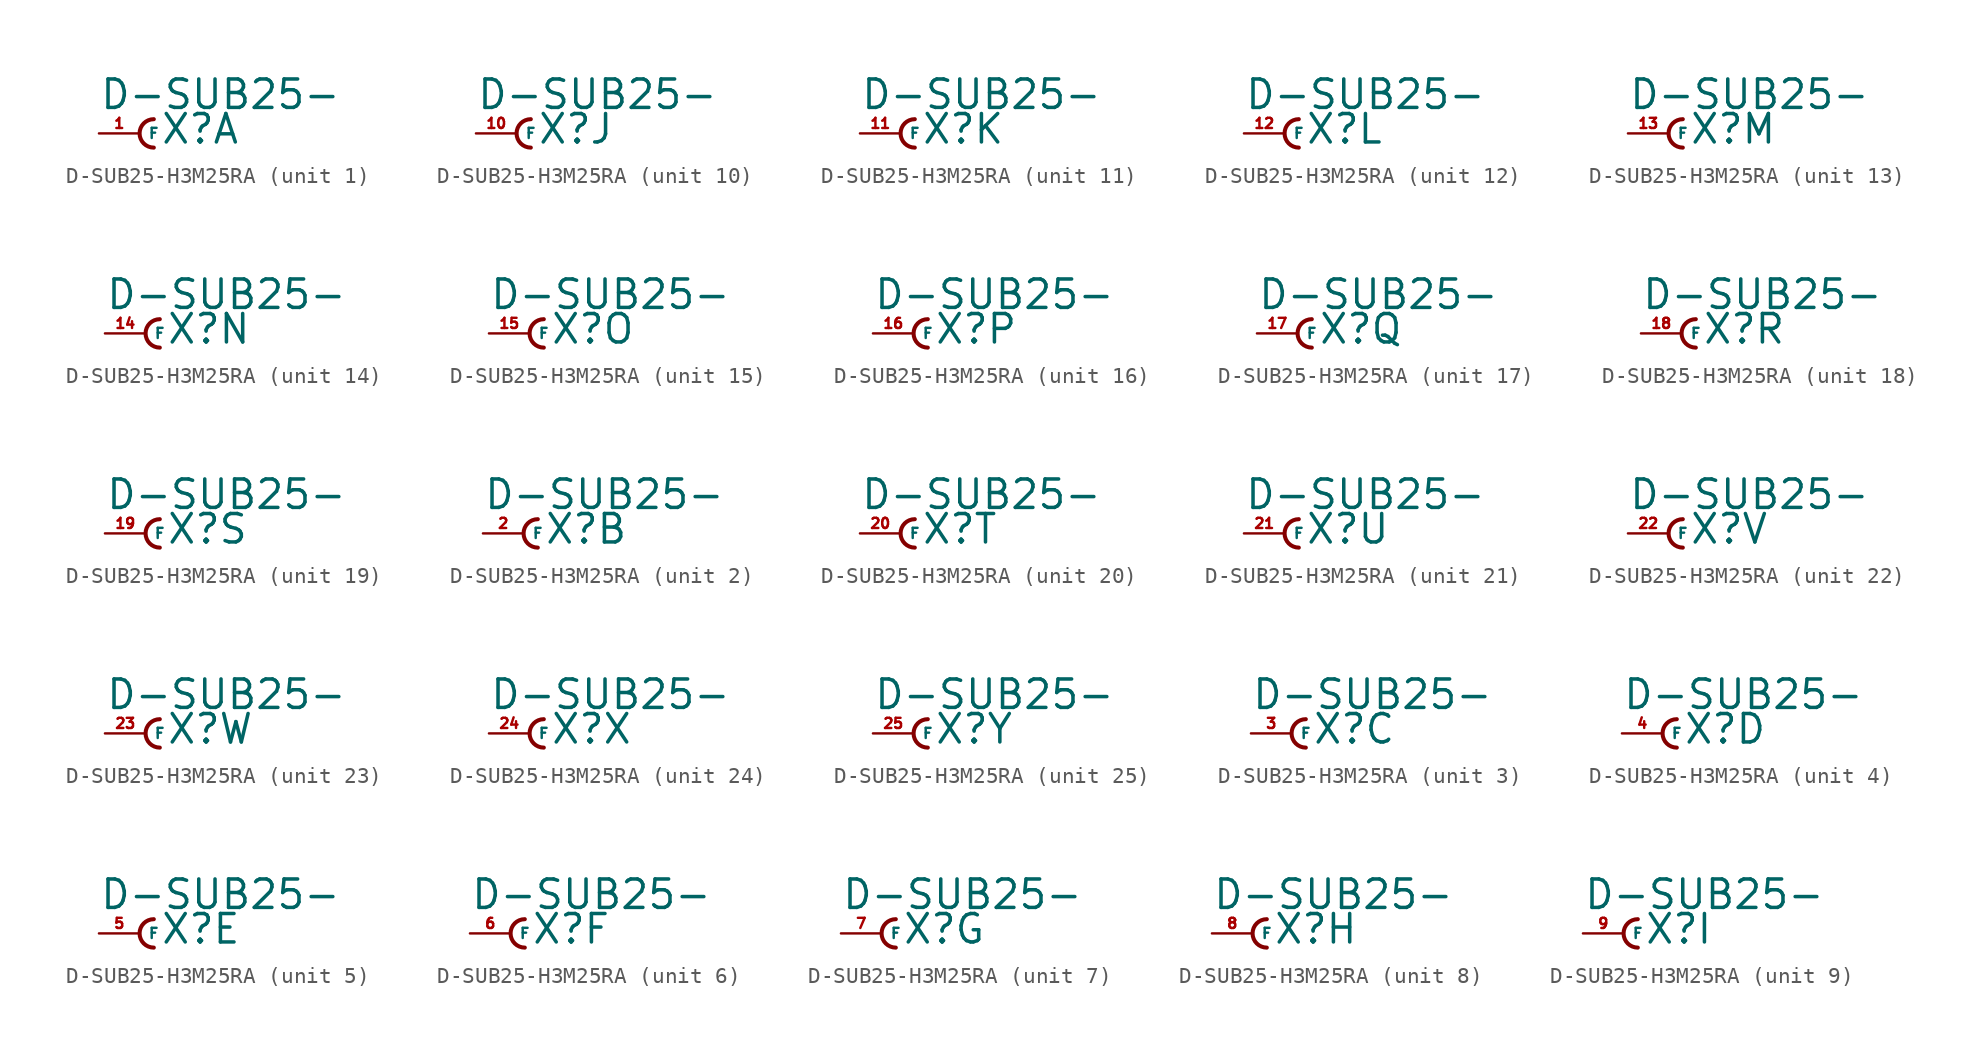
<source format=kicad_sym>
(kicad_symbol_lib
  (version 20220914)
  (generator Eagle2Kicad)
  (symbol "D-SUB25-H3M25RA"
    (property "Reference" "X"
      (at 1.27 -0.762 0)
      (effects (font (size 1.778 1.778) (thickness 0.22)) (justify left bottom)))
    (property "Value" "D-SUB25-"
      (at -2.54 1.397 0)
      (effects (font (size 1.778 1.778) (thickness 0.22)) (justify left bottom)))
    (symbol "D-SUB25-H3M25RA_1_0"
      (arc (start 0.889 0.889) (mid 0.000 0.000) (end 0.889 -0.889) (stroke (width 0.254) (type default)) (fill (type none)))
      (pin passive line (at -2.54 0 0) (length 2.54) (name "F" (effects (font (size 0.635 0.635) (thickness 0.08)) (justify left bottom))) (number "1" (effects (font (size 0.635 0.635) (thickness 0.08)) (justify left bottom)))))
    (symbol "D-SUB25-H3M25RA_2_0"
      (arc (start 0.889 0.889) (mid 0.000 0.000) (end 0.889 -0.889) (stroke (width 0.254) (type default)) (fill (type none)))
      (pin passive line (at -2.54 0 0) (length 2.54) (name "F" (effects (font (size 0.635 0.635) (thickness 0.08)) (justify left bottom))) (number "2" (effects (font (size 0.635 0.635) (thickness 0.08)) (justify left bottom)))))
    (symbol "D-SUB25-H3M25RA_3_0"
      (arc (start 0.889 0.889) (mid 0.000 0.000) (end 0.889 -0.889) (stroke (width 0.254) (type default)) (fill (type none)))
      (pin passive line (at -2.54 0 0) (length 2.54) (name "F" (effects (font (size 0.635 0.635) (thickness 0.08)) (justify left bottom))) (number "3" (effects (font (size 0.635 0.635) (thickness 0.08)) (justify left bottom)))))
    (symbol "D-SUB25-H3M25RA_4_0"
      (arc (start 0.889 0.889) (mid 0.000 0.000) (end 0.889 -0.889) (stroke (width 0.254) (type default)) (fill (type none)))
      (pin passive line (at -2.54 0 0) (length 2.54) (name "F" (effects (font (size 0.635 0.635) (thickness 0.08)) (justify left bottom))) (number "4" (effects (font (size 0.635 0.635) (thickness 0.08)) (justify left bottom)))))
    (symbol "D-SUB25-H3M25RA_5_0"
      (arc (start 0.889 0.889) (mid 0.000 0.000) (end 0.889 -0.889) (stroke (width 0.254) (type default)) (fill (type none)))
      (pin passive line (at -2.54 0 0) (length 2.54) (name "F" (effects (font (size 0.635 0.635) (thickness 0.08)) (justify left bottom))) (number "5" (effects (font (size 0.635 0.635) (thickness 0.08)) (justify left bottom)))))
    (symbol "D-SUB25-H3M25RA_6_0"
      (arc (start 0.889 0.889) (mid 0.000 0.000) (end 0.889 -0.889) (stroke (width 0.254) (type default)) (fill (type none)))
      (pin passive line (at -2.54 0 0) (length 2.54) (name "F" (effects (font (size 0.635 0.635) (thickness 0.08)) (justify left bottom))) (number "6" (effects (font (size 0.635 0.635) (thickness 0.08)) (justify left bottom)))))
    (symbol "D-SUB25-H3M25RA_7_0"
      (arc (start 0.889 0.889) (mid 0.000 0.000) (end 0.889 -0.889) (stroke (width 0.254) (type default)) (fill (type none)))
      (pin passive line (at -2.54 0 0) (length 2.54) (name "F" (effects (font (size 0.635 0.635) (thickness 0.08)) (justify left bottom))) (number "7" (effects (font (size 0.635 0.635) (thickness 0.08)) (justify left bottom)))))
    (symbol "D-SUB25-H3M25RA_8_0"
      (arc (start 0.889 0.889) (mid 0.000 0.000) (end 0.889 -0.889) (stroke (width 0.254) (type default)) (fill (type none)))
      (pin passive line (at -2.54 0 0) (length 2.54) (name "F" (effects (font (size 0.635 0.635) (thickness 0.08)) (justify left bottom))) (number "8" (effects (font (size 0.635 0.635) (thickness 0.08)) (justify left bottom)))))
    (symbol "D-SUB25-H3M25RA_9_0"
      (arc (start 0.889 0.889) (mid 0.000 0.000) (end 0.889 -0.889) (stroke (width 0.254) (type default)) (fill (type none)))
      (pin passive line (at -2.54 0 0) (length 2.54) (name "F" (effects (font (size 0.635 0.635) (thickness 0.08)) (justify left bottom))) (number "9" (effects (font (size 0.635 0.635) (thickness 0.08)) (justify left bottom)))))
    (symbol "D-SUB25-H3M25RA_10_0"
      (arc (start 0.889 0.889) (mid 0.000 0.000) (end 0.889 -0.889) (stroke (width 0.254) (type default)) (fill (type none)))
      (pin passive line (at -2.54 0 0) (length 2.54) (name "F" (effects (font (size 0.635 0.635) (thickness 0.08)) (justify left bottom))) (number "10" (effects (font (size 0.635 0.635) (thickness 0.08)) (justify left bottom)))))
    (symbol "D-SUB25-H3M25RA_11_0"
      (arc (start 0.889 0.889) (mid 0.000 0.000) (end 0.889 -0.889) (stroke (width 0.254) (type default)) (fill (type none)))
      (pin passive line (at -2.54 0 0) (length 2.54) (name "F" (effects (font (size 0.635 0.635) (thickness 0.08)) (justify left bottom))) (number "11" (effects (font (size 0.635 0.635) (thickness 0.08)) (justify left bottom)))))
    (symbol "D-SUB25-H3M25RA_12_0"
      (arc (start 0.889 0.889) (mid 0.000 0.000) (end 0.889 -0.889) (stroke (width 0.254) (type default)) (fill (type none)))
      (pin passive line (at -2.54 0 0) (length 2.54) (name "F" (effects (font (size 0.635 0.635) (thickness 0.08)) (justify left bottom))) (number "12" (effects (font (size 0.635 0.635) (thickness 0.08)) (justify left bottom)))))
    (symbol "D-SUB25-H3M25RA_13_0"
      (arc (start 0.889 0.889) (mid 0.000 0.000) (end 0.889 -0.889) (stroke (width 0.254) (type default)) (fill (type none)))
      (pin passive line (at -2.54 0 0) (length 2.54) (name "F" (effects (font (size 0.635 0.635) (thickness 0.08)) (justify left bottom))) (number "13" (effects (font (size 0.635 0.635) (thickness 0.08)) (justify left bottom)))))
    (symbol "D-SUB25-H3M25RA_14_0"
      (arc (start 0.889 0.889) (mid 0.000 0.000) (end 0.889 -0.889) (stroke (width 0.254) (type default)) (fill (type none)))
      (pin passive line (at -2.54 0 0) (length 2.54) (name "F" (effects (font (size 0.635 0.635) (thickness 0.08)) (justify left bottom))) (number "14" (effects (font (size 0.635 0.635) (thickness 0.08)) (justify left bottom)))))
    (symbol "D-SUB25-H3M25RA_15_0"
      (arc (start 0.889 0.889) (mid 0.000 0.000) (end 0.889 -0.889) (stroke (width 0.254) (type default)) (fill (type none)))
      (pin passive line (at -2.54 0 0) (length 2.54) (name "F" (effects (font (size 0.635 0.635) (thickness 0.08)) (justify left bottom))) (number "15" (effects (font (size 0.635 0.635) (thickness 0.08)) (justify left bottom)))))
    (symbol "D-SUB25-H3M25RA_16_0"
      (arc (start 0.889 0.889) (mid 0.000 0.000) (end 0.889 -0.889) (stroke (width 0.254) (type default)) (fill (type none)))
      (pin passive line (at -2.54 0 0) (length 2.54) (name "F" (effects (font (size 0.635 0.635) (thickness 0.08)) (justify left bottom))) (number "16" (effects (font (size 0.635 0.635) (thickness 0.08)) (justify left bottom)))))
    (symbol "D-SUB25-H3M25RA_17_0"
      (arc (start 0.889 0.889) (mid 0.000 0.000) (end 0.889 -0.889) (stroke (width 0.254) (type default)) (fill (type none)))
      (pin passive line (at -2.54 0 0) (length 2.54) (name "F" (effects (font (size 0.635 0.635) (thickness 0.08)) (justify left bottom))) (number "17" (effects (font (size 0.635 0.635) (thickness 0.08)) (justify left bottom)))))
    (symbol "D-SUB25-H3M25RA_18_0"
      (arc (start 0.889 0.889) (mid 0.000 0.000) (end 0.889 -0.889) (stroke (width 0.254) (type default)) (fill (type none)))
      (pin passive line (at -2.54 0 0) (length 2.54) (name "F" (effects (font (size 0.635 0.635) (thickness 0.08)) (justify left bottom))) (number "18" (effects (font (size 0.635 0.635) (thickness 0.08)) (justify left bottom)))))
    (symbol "D-SUB25-H3M25RA_19_0"
      (arc (start 0.889 0.889) (mid 0.000 0.000) (end 0.889 -0.889) (stroke (width 0.254) (type default)) (fill (type none)))
      (pin passive line (at -2.54 0 0) (length 2.54) (name "F" (effects (font (size 0.635 0.635) (thickness 0.08)) (justify left bottom))) (number "19" (effects (font (size 0.635 0.635) (thickness 0.08)) (justify left bottom)))))
    (symbol "D-SUB25-H3M25RA_20_0"
      (arc (start 0.889 0.889) (mid 0.000 0.000) (end 0.889 -0.889) (stroke (width 0.254) (type default)) (fill (type none)))
      (pin passive line (at -2.54 0 0) (length 2.54) (name "F" (effects (font (size 0.635 0.635) (thickness 0.08)) (justify left bottom))) (number "20" (effects (font (size 0.635 0.635) (thickness 0.08)) (justify left bottom)))))
    (symbol "D-SUB25-H3M25RA_21_0"
      (arc (start 0.889 0.889) (mid 0.000 0.000) (end 0.889 -0.889) (stroke (width 0.254) (type default)) (fill (type none)))
      (pin passive line (at -2.54 0 0) (length 2.54) (name "F" (effects (font (size 0.635 0.635) (thickness 0.08)) (justify left bottom))) (number "21" (effects (font (size 0.635 0.635) (thickness 0.08)) (justify left bottom)))))
    (symbol "D-SUB25-H3M25RA_22_0"
      (arc (start 0.889 0.889) (mid 0.000 0.000) (end 0.889 -0.889) (stroke (width 0.254) (type default)) (fill (type none)))
      (pin passive line (at -2.54 0 0) (length 2.54) (name "F" (effects (font (size 0.635 0.635) (thickness 0.08)) (justify left bottom))) (number "22" (effects (font (size 0.635 0.635) (thickness 0.08)) (justify left bottom)))))
    (symbol "D-SUB25-H3M25RA_23_0"
      (arc (start 0.889 0.889) (mid 0.000 0.000) (end 0.889 -0.889) (stroke (width 0.254) (type default)) (fill (type none)))
      (pin passive line (at -2.54 0 0) (length 2.54) (name "F" (effects (font (size 0.635 0.635) (thickness 0.08)) (justify left bottom))) (number "23" (effects (font (size 0.635 0.635) (thickness 0.08)) (justify left bottom)))))
    (symbol "D-SUB25-H3M25RA_24_0"
      (arc (start 0.889 0.889) (mid 0.000 0.000) (end 0.889 -0.889) (stroke (width 0.254) (type default)) (fill (type none)))
      (pin passive line (at -2.54 0 0) (length 2.54) (name "F" (effects (font (size 0.635 0.635) (thickness 0.08)) (justify left bottom))) (number "24" (effects (font (size 0.635 0.635) (thickness 0.08)) (justify left bottom)))))
    (symbol "D-SUB25-H3M25RA_25_0"
      (arc (start 0.889 0.889) (mid 0.000 0.000) (end 0.889 -0.889) (stroke (width 0.254) (type default)) (fill (type none)))
      (pin passive line (at -2.54 0 0) (length 2.54) (name "F" (effects (font (size 0.635 0.635) (thickness 0.08)) (justify left bottom))) (number "25" (effects (font (size 0.635 0.635) (thickness 0.08)) (justify left bottom)))))))
</source>
